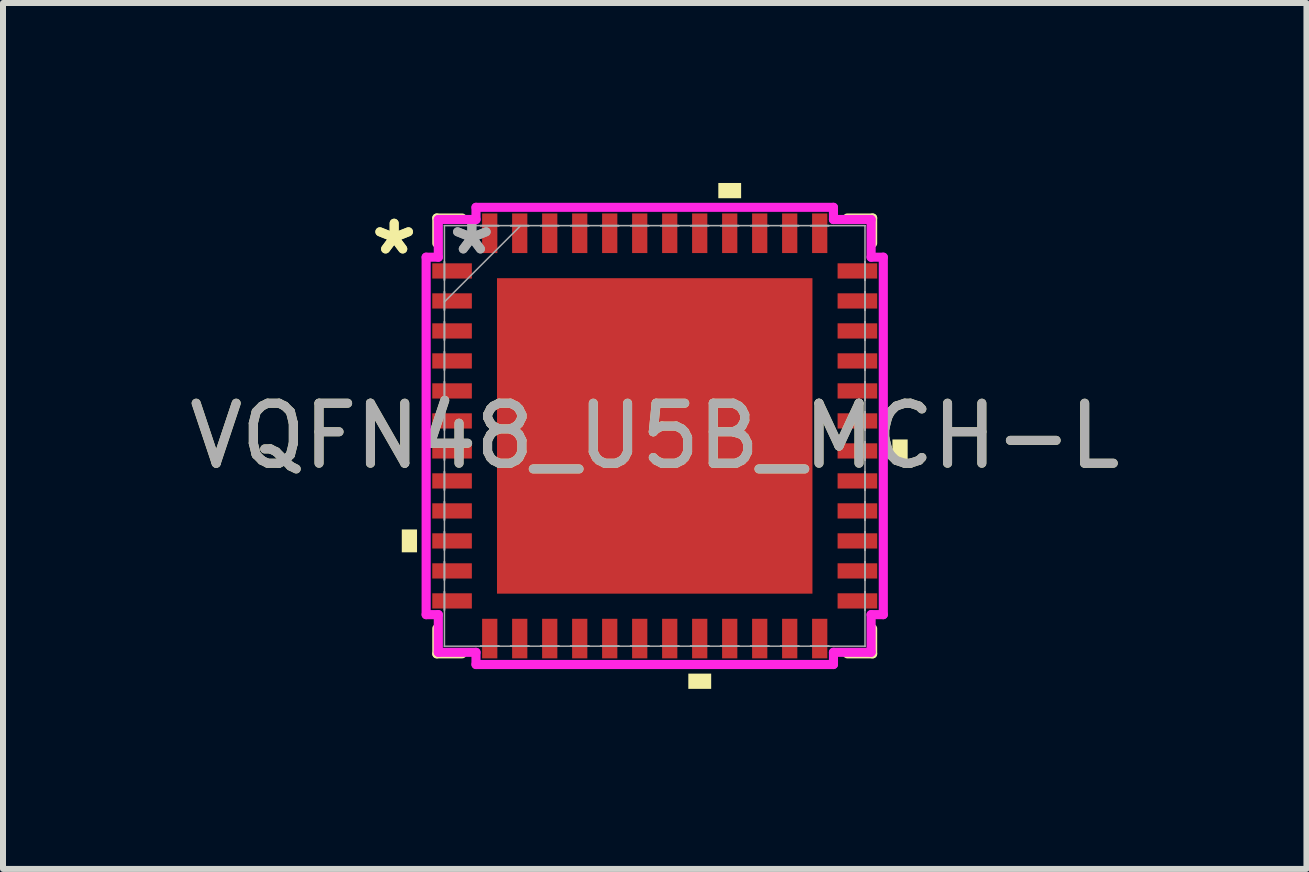
<source format=kicad_pcb>
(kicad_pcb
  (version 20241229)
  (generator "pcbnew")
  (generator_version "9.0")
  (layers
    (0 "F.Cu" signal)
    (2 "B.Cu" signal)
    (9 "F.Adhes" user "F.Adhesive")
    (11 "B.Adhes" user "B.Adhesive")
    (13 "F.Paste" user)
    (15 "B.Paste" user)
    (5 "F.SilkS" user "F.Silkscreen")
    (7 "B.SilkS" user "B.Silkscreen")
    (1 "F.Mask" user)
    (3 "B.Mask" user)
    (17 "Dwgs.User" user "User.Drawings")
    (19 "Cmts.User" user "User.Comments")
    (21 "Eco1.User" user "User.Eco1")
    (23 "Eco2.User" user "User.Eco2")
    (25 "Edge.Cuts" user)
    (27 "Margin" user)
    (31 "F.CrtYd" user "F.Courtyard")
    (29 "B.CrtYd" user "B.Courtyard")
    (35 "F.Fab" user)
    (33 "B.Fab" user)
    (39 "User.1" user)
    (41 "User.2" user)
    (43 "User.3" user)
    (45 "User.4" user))
  (footprint "VQFN48_U5B_MCH-L"
    (layer "F.Cu")
    (at 7.863 4.216)
    (property "Reference" "VQFN48_U5B_MCH-L" (at 0 0 0) (unlocked yes) (layer "F.SilkS") (effects (font (size 1 1) (thickness 0.15))))
    (attr smd)
    (fp_line (start -3.632 -3.632) (end -3.632 -3.21) (stroke (width 0.152) (type solid)) (layer "F.SilkS"))
    (fp_line (start -3.632 3.21) (end -3.632 3.632) (stroke (width 0.152) (type solid)) (layer "F.SilkS"))
    (fp_line (start -3.632 3.632) (end -3.21 3.632) (stroke (width 0.152) (type solid)) (layer "F.SilkS"))
    (fp_line (start -3.21 -3.632) (end -3.632 -3.632) (stroke (width 0.152) (type solid)) (layer "F.SilkS"))
    (fp_line (start 3.21 3.632) (end 3.632 3.632) (stroke (width 0.152) (type solid)) (layer "F.SilkS"))
    (fp_line (start 3.632 -3.632) (end 3.21 -3.632) (stroke (width 0.152) (type solid)) (layer "F.SilkS"))
    (fp_line (start 3.632 -3.21) (end 3.632 -3.632) (stroke (width 0.152) (type solid)) (layer "F.SilkS"))
    (fp_line (start 3.632 3.632) (end 3.632 3.21) (stroke (width 0.152) (type solid)) (layer "F.SilkS"))
    (fp_poly (pts (xy -4.216 1.559) (xy -4.216 1.94) (xy -3.962 1.94) (xy -3.962 1.559)) (stroke (width 0) (type solid)) (fill yes) (layer "F.SilkS"))
    (fp_poly (pts (xy 0.56 3.962) (xy 0.56 4.216) (xy 0.941 4.216) (xy 0.941 3.962)) (stroke (width 0) (type solid)) (fill yes) (layer "F.SilkS"))
    (fp_poly (pts (xy 1.06 -3.962) (xy 1.06 -4.216) (xy 1.44 -4.216) (xy 1.44 -3.962)) (stroke (width 0) (type solid)) (fill yes) (layer "F.SilkS"))
    (fp_poly (pts (xy 4.216 0.059) (xy 4.216 0.441) (xy 3.962 0.441) (xy 3.962 0.059)) (stroke (width 0) (type solid)) (fill yes) (layer "F.SilkS"))
    (fp_poly (pts (xy -2.529 -2.529) (xy -2.529 -1.414) (xy -1.414 -1.414) (xy -1.414 -2.529)) (stroke (width 0) (type solid)) (fill yes) (layer "F.Paste"))
    (fp_poly (pts (xy -2.529 -1.214) (xy -2.529 -0.1) (xy -1.414 -0.1) (xy -1.414 -1.214)) (stroke (width 0) (type solid)) (fill yes) (layer "F.Paste"))
    (fp_poly (pts (xy -2.529 0.1) (xy -2.529 1.214) (xy -1.414 1.214) (xy -1.414 0.1)) (stroke (width 0) (type solid)) (fill yes) (layer "F.Paste"))
    (fp_poly (pts (xy -2.529 1.414) (xy -2.529 2.529) (xy -1.414 2.529) (xy -1.414 1.414)) (stroke (width 0) (type solid)) (fill yes) (layer "F.Paste"))
    (fp_poly (pts (xy -1.214 -2.529) (xy -1.214 -1.414) (xy -0.1 -1.414) (xy -0.1 -2.529)) (stroke (width 0) (type solid)) (fill yes) (layer "F.Paste"))
    (fp_poly (pts (xy -1.214 -1.214) (xy -1.214 -0.1) (xy -0.1 -0.1) (xy -0.1 -1.214)) (stroke (width 0) (type solid)) (fill yes) (layer "F.Paste"))
    (fp_poly (pts (xy -1.214 0.1) (xy -1.214 1.214) (xy -0.1 1.214) (xy -0.1 0.1)) (stroke (width 0) (type solid)) (fill yes) (layer "F.Paste"))
    (fp_poly (pts (xy -1.214 1.414) (xy -1.214 2.529) (xy -0.1 2.529) (xy -0.1 1.414)) (stroke (width 0) (type solid)) (fill yes) (layer "F.Paste"))
    (fp_poly (pts (xy 0.1 -2.529) (xy 0.1 -1.414) (xy 1.214 -1.414) (xy 1.214 -2.529)) (stroke (width 0) (type solid)) (fill yes) (layer "F.Paste"))
    (fp_poly (pts (xy 0.1 -1.214) (xy 0.1 -0.1) (xy 1.214 -0.1) (xy 1.214 -1.214)) (stroke (width 0) (type solid)) (fill yes) (layer "F.Paste"))
    (fp_poly (pts (xy 0.1 0.1) (xy 0.1 1.214) (xy 1.214 1.214) (xy 1.214 0.1)) (stroke (width 0) (type solid)) (fill yes) (layer "F.Paste"))
    (fp_poly (pts (xy 0.1 1.414) (xy 0.1 2.529) (xy 1.214 2.529) (xy 1.214 1.414)) (stroke (width 0) (type solid)) (fill yes) (layer "F.Paste"))
    (fp_poly (pts (xy 1.414 -2.529) (xy 1.414 -1.414) (xy 2.529 -1.414) (xy 2.529 -2.529)) (stroke (width 0) (type solid)) (fill yes) (layer "F.Paste"))
    (fp_poly (pts (xy 1.414 -1.214) (xy 1.414 -0.1) (xy 2.529 -0.1) (xy 2.529 -1.214)) (stroke (width 0) (type solid)) (fill yes) (layer "F.Paste"))
    (fp_poly (pts (xy 1.414 0.1) (xy 1.414 1.214) (xy 2.529 1.214) (xy 2.529 0.1)) (stroke (width 0) (type solid)) (fill yes) (layer "F.Paste"))
    (fp_poly (pts (xy 1.414 1.414) (xy 1.414 2.529) (xy 2.529 2.529) (xy 2.529 1.414)) (stroke (width 0) (type solid)) (fill yes) (layer "F.Paste"))
    (fp_line (start -3.81 -2.979) (end -3.607 -2.979) (stroke (width 0.152) (type solid)) (layer "F.CrtYd"))
    (fp_line (start -3.81 2.979) (end -3.81 -2.979) (stroke (width 0.152) (type solid)) (layer "F.CrtYd"))
    (fp_line (start -3.607 -3.607) (end -2.979 -3.607) (stroke (width 0.152) (type solid)) (layer "F.CrtYd"))
    (fp_line (start -3.607 -2.979) (end -3.607 -3.607) (stroke (width 0.152) (type solid)) (layer "F.CrtYd"))
    (fp_line (start -3.607 2.979) (end -3.81 2.979) (stroke (width 0.152) (type solid)) (layer "F.CrtYd"))
    (fp_line (start -3.607 3.607) (end -3.607 2.979) (stroke (width 0.152) (type solid)) (layer "F.CrtYd"))
    (fp_line (start -2.979 -3.81) (end 2.979 -3.81) (stroke (width 0.152) (type solid)) (layer "F.CrtYd"))
    (fp_line (start -2.979 -3.607) (end -2.979 -3.81) (stroke (width 0.152) (type solid)) (layer "F.CrtYd"))
    (fp_line (start -2.979 3.607) (end -3.607 3.607) (stroke (width 0.152) (type solid)) (layer "F.CrtYd"))
    (fp_line (start -2.979 3.81) (end -2.979 3.607) (stroke (width 0.152) (type solid)) (layer "F.CrtYd"))
    (fp_line (start 2.979 -3.81) (end 2.979 -3.607) (stroke (width 0.152) (type solid)) (layer "F.CrtYd"))
    (fp_line (start 2.979 -3.607) (end 3.607 -3.607) (stroke (width 0.152) (type solid)) (layer "F.CrtYd"))
    (fp_line (start 2.979 3.607) (end 2.979 3.81) (stroke (width 0.152) (type solid)) (layer "F.CrtYd"))
    (fp_line (start 2.979 3.81) (end -2.979 3.81) (stroke (width 0.152) (type solid)) (layer "F.CrtYd"))
    (fp_line (start 3.607 -3.607) (end 3.607 -2.979) (stroke (width 0.152) (type solid)) (layer "F.CrtYd"))
    (fp_line (start 3.607 -2.979) (end 3.81 -2.979) (stroke (width 0.152) (type solid)) (layer "F.CrtYd"))
    (fp_line (start 3.607 2.979) (end 3.607 3.607) (stroke (width 0.152) (type solid)) (layer "F.CrtYd"))
    (fp_line (start 3.607 3.607) (end 2.979 3.607) (stroke (width 0.152) (type solid)) (layer "F.CrtYd"))
    (fp_line (start 3.81 -2.979) (end 3.81 2.979) (stroke (width 0.152) (type solid)) (layer "F.CrtYd"))
    (fp_line (start 3.81 2.979) (end 3.607 2.979) (stroke (width 0.152) (type solid)) (layer "F.CrtYd"))
    (fp_line (start -3.505 -3.505) (end -3.505 -3.505) (stroke (width 0.025) (type solid)) (layer "F.Fab"))
    (fp_line (start -3.505 -3.505) (end -3.505 3.505) (stroke (width 0.025) (type solid)) (layer "F.Fab"))
    (fp_line (start -3.505 -2.902) (end -3.505 -2.902) (stroke (width 0.025) (type solid)) (layer "F.Fab"))
    (fp_line (start -3.505 -2.902) (end -3.505 -2.598) (stroke (width 0.025) (type solid)) (layer "F.Fab"))
    (fp_line (start -3.505 -2.598) (end -3.505 -2.902) (stroke (width 0.025) (type solid)) (layer "F.Fab"))
    (fp_line (start -3.505 -2.598) (end -3.505 -2.598) (stroke (width 0.025) (type solid)) (layer "F.Fab"))
    (fp_line (start -3.505 -2.402) (end -3.505 -2.402) (stroke (width 0.025) (type solid)) (layer "F.Fab"))
    (fp_line (start -3.505 -2.402) (end -3.505 -2.098) (stroke (width 0.025) (type solid)) (layer "F.Fab"))
    (fp_line (start -3.505 -2.235) (end -2.235 -3.505) (stroke (width 0.025) (type solid)) (layer "F.Fab"))
    (fp_line (start -3.505 -2.098) (end -3.505 -2.402) (stroke (width 0.025) (type solid)) (layer "F.Fab"))
    (fp_line (start -3.505 -2.098) (end -3.505 -2.098) (stroke (width 0.025) (type solid)) (layer "F.Fab"))
    (fp_line (start -3.505 -1.902) (end -3.505 -1.902) (stroke (width 0.025) (type solid)) (layer "F.Fab"))
    (fp_line (start -3.505 -1.902) (end -3.505 -1.598) (stroke (width 0.025) (type solid)) (layer "F.Fab"))
    (fp_line (start -3.505 -1.598) (end -3.505 -1.902) (stroke (width 0.025) (type solid)) (layer "F.Fab"))
    (fp_line (start -3.505 -1.598) (end -3.505 -1.598) (stroke (width 0.025) (type solid)) (layer "F.Fab"))
    (fp_line (start -3.505 -1.402) (end -3.505 -1.402) (stroke (width 0.025) (type solid)) (layer "F.Fab"))
    (fp_line (start -3.505 -1.402) (end -3.505 -1.098) (stroke (width 0.025) (type solid)) (layer "F.Fab"))
    (fp_line (start -3.505 -1.098) (end -3.505 -1.402) (stroke (width 0.025) (type solid)) (layer "F.Fab"))
    (fp_line (start -3.505 -1.098) (end -3.505 -1.098) (stroke (width 0.025) (type solid)) (layer "F.Fab"))
    (fp_line (start -3.505 -0.902) (end -3.505 -0.902) (stroke (width 0.025) (type solid)) (layer "F.Fab"))
    (fp_line (start -3.505 -0.902) (end -3.505 -0.598) (stroke (width 0.025) (type solid)) (layer "F.Fab"))
    (fp_line (start -3.505 -0.598) (end -3.505 -0.902) (stroke (width 0.025) (type solid)) (layer "F.Fab"))
    (fp_line (start -3.505 -0.598) (end -3.505 -0.598) (stroke (width 0.025) (type solid)) (layer "F.Fab"))
    (fp_line (start -3.505 -0.402) (end -3.505 -0.402) (stroke (width 0.025) (type solid)) (layer "F.Fab"))
    (fp_line (start -3.505 -0.402) (end -3.505 -0.098) (stroke (width 0.025) (type solid)) (layer "F.Fab"))
    (fp_line (start -3.505 -0.098) (end -3.505 -0.402) (stroke (width 0.025) (type solid)) (layer "F.Fab"))
    (fp_line (start -3.505 -0.098) (end -3.505 -0.098) (stroke (width 0.025) (type solid)) (layer "F.Fab"))
    (fp_line (start -3.505 0.098) (end -3.505 0.098) (stroke (width 0.025) (type solid)) (layer "F.Fab"))
    (fp_line (start -3.505 0.098) (end -3.505 0.402) (stroke (width 0.025) (type solid)) (layer "F.Fab"))
    (fp_line (start -3.505 0.402) (end -3.505 0.098) (stroke (width 0.025) (type solid)) (layer "F.Fab"))
    (fp_line (start -3.505 0.402) (end -3.505 0.402) (stroke (width 0.025) (type solid)) (layer "F.Fab"))
    (fp_line (start -3.505 0.598) (end -3.505 0.598) (stroke (width 0.025) (type solid)) (layer "F.Fab"))
    (fp_line (start -3.505 0.598) (end -3.505 0.902) (stroke (width 0.025) (type solid)) (layer "F.Fab"))
    (fp_line (start -3.505 0.902) (end -3.505 0.598) (stroke (width 0.025) (type solid)) (layer "F.Fab"))
    (fp_line (start -3.505 0.902) (end -3.505 0.902) (stroke (width 0.025) (type solid)) (layer "F.Fab"))
    (fp_line (start -3.505 1.098) (end -3.505 1.098) (stroke (width 0.025) (type solid)) (layer "F.Fab"))
    (fp_line (start -3.505 1.098) (end -3.505 1.402) (stroke (width 0.025) (type solid)) (layer "F.Fab"))
    (fp_line (start -3.505 1.402) (end -3.505 1.098) (stroke (width 0.025) (type solid)) (layer "F.Fab"))
    (fp_line (start -3.505 1.402) (end -3.505 1.402) (stroke (width 0.025) (type solid)) (layer "F.Fab"))
    (fp_line (start -3.505 1.598) (end -3.505 1.598) (stroke (width 0.025) (type solid)) (layer "F.Fab"))
    (fp_line (start -3.505 1.598) (end -3.505 1.902) (stroke (width 0.025) (type solid)) (layer "F.Fab"))
    (fp_line (start -3.505 1.902) (end -3.505 1.598) (stroke (width 0.025) (type solid)) (layer "F.Fab"))
    (fp_line (start -3.505 1.902) (end -3.505 1.902) (stroke (width 0.025) (type solid)) (layer "F.Fab"))
    (fp_line (start -3.505 2.098) (end -3.505 2.098) (stroke (width 0.025) (type solid)) (layer "F.Fab"))
    (fp_line (start -3.505 2.098) (end -3.505 2.402) (stroke (width 0.025) (type solid)) (layer "F.Fab"))
    (fp_line (start -3.505 2.402) (end -3.505 2.098) (stroke (width 0.025) (type solid)) (layer "F.Fab"))
    (fp_line (start -3.505 2.402) (end -3.505 2.402) (stroke (width 0.025) (type solid)) (layer "F.Fab"))
    (fp_line (start -3.505 2.598) (end -3.505 2.598) (stroke (width 0.025) (type solid)) (layer "F.Fab"))
    (fp_line (start -3.505 2.598) (end -3.505 2.902) (stroke (width 0.025) (type solid)) (layer "F.Fab"))
    (fp_line (start -3.505 2.902) (end -3.505 2.598) (stroke (width 0.025) (type solid)) (layer "F.Fab"))
    (fp_line (start -3.505 2.902) (end -3.505 2.902) (stroke (width 0.025) (type solid)) (layer "F.Fab"))
    (fp_line (start -3.505 3.505) (end -3.505 3.505) (stroke (width 0.025) (type solid)) (layer "F.Fab"))
    (fp_line (start -3.505 3.505) (end 3.505 3.505) (stroke (width 0.025) (type solid)) (layer "F.Fab"))
    (fp_line (start -2.902 -3.505) (end -2.902 -3.505) (stroke (width 0.025) (type solid)) (layer "F.Fab"))
    (fp_line (start -2.902 -3.505) (end -2.598 -3.505) (stroke (width 0.025) (type solid)) (layer "F.Fab"))
    (fp_line (start -2.902 3.505) (end -2.902 3.505) (stroke (width 0.025) (type solid)) (layer "F.Fab"))
    (fp_line (start -2.902 3.505) (end -2.598 3.505) (stroke (width 0.025) (type solid)) (layer "F.Fab"))
    (fp_line (start -2.598 -3.505) (end -2.902 -3.505) (stroke (width 0.025) (type solid)) (layer "F.Fab"))
    (fp_line (start -2.598 -3.505) (end -2.598 -3.505) (stroke (width 0.025) (type solid)) (layer "F.Fab"))
    (fp_line (start -2.598 3.505) (end -2.902 3.505) (stroke (width 0.025) (type solid)) (layer "F.Fab"))
    (fp_line (start -2.598 3.505) (end -2.598 3.505) (stroke (width 0.025) (type solid)) (layer "F.Fab"))
    (fp_line (start -2.402 -3.505) (end -2.402 -3.505) (stroke (width 0.025) (type solid)) (layer "F.Fab"))
    (fp_line (start -2.402 -3.505) (end -2.098 -3.505) (stroke (width 0.025) (type solid)) (layer "F.Fab"))
    (fp_line (start -2.402 3.505) (end -2.402 3.505) (stroke (width 0.025) (type solid)) (layer "F.Fab"))
    (fp_line (start -2.402 3.505) (end -2.098 3.505) (stroke (width 0.025) (type solid)) (layer "F.Fab"))
    (fp_line (start -2.098 -3.505) (end -2.402 -3.505) (stroke (width 0.025) (type solid)) (layer "F.Fab"))
    (fp_line (start -2.098 -3.505) (end -2.098 -3.505) (stroke (width 0.025) (type solid)) (layer "F.Fab"))
    (fp_line (start -2.098 3.505) (end -2.402 3.505) (stroke (width 0.025) (type solid)) (layer "F.Fab"))
    (fp_line (start -2.098 3.505) (end -2.098 3.505) (stroke (width 0.025) (type solid)) (layer "F.Fab"))
    (fp_line (start -1.902 -3.505) (end -1.902 -3.505) (stroke (width 0.025) (type solid)) (layer "F.Fab"))
    (fp_line (start -1.902 -3.505) (end -1.598 -3.505) (stroke (width 0.025) (type solid)) (layer "F.Fab"))
    (fp_line (start -1.902 3.505) (end -1.902 3.505) (stroke (width 0.025) (type solid)) (layer "F.Fab"))
    (fp_line (start -1.902 3.505) (end -1.598 3.505) (stroke (width 0.025) (type solid)) (layer "F.Fab"))
    (fp_line (start -1.598 -3.505) (end -1.902 -3.505) (stroke (width 0.025) (type solid)) (layer "F.Fab"))
    (fp_line (start -1.598 -3.505) (end -1.598 -3.505) (stroke (width 0.025) (type solid)) (layer "F.Fab"))
    (fp_line (start -1.598 3.505) (end -1.902 3.505) (stroke (width 0.025) (type solid)) (layer "F.Fab"))
    (fp_line (start -1.598 3.505) (end -1.598 3.505) (stroke (width 0.025) (type solid)) (layer "F.Fab"))
    (fp_line (start -1.402 -3.505) (end -1.402 -3.505) (stroke (width 0.025) (type solid)) (layer "F.Fab"))
    (fp_line (start -1.402 -3.505) (end -1.098 -3.505) (stroke (width 0.025) (type solid)) (layer "F.Fab"))
    (fp_line (start -1.402 3.505) (end -1.402 3.505) (stroke (width 0.025) (type solid)) (layer "F.Fab"))
    (fp_line (start -1.402 3.505) (end -1.098 3.505) (stroke (width 0.025) (type solid)) (layer "F.Fab"))
    (fp_line (start -1.098 -3.505) (end -1.402 -3.505) (stroke (width 0.025) (type solid)) (layer "F.Fab"))
    (fp_line (start -1.098 -3.505) (end -1.098 -3.505) (stroke (width 0.025) (type solid)) (layer "F.Fab"))
    (fp_line (start -1.098 3.505) (end -1.402 3.505) (stroke (width 0.025) (type solid)) (layer "F.Fab"))
    (fp_line (start -1.098 3.505) (end -1.098 3.505) (stroke (width 0.025) (type solid)) (layer "F.Fab"))
    (fp_line (start -0.902 -3.505) (end -0.902 -3.505) (stroke (width 0.025) (type solid)) (layer "F.Fab"))
    (fp_line (start -0.902 -3.505) (end -0.598 -3.505) (stroke (width 0.025) (type solid)) (layer "F.Fab"))
    (fp_line (start -0.902 3.505) (end -0.902 3.505) (stroke (width 0.025) (type solid)) (layer "F.Fab"))
    (fp_line (start -0.902 3.505) (end -0.598 3.505) (stroke (width 0.025) (type solid)) (layer "F.Fab"))
    (fp_line (start -0.598 -3.505) (end -0.902 -3.505) (stroke (width 0.025) (type solid)) (layer "F.Fab"))
    (fp_line (start -0.598 -3.505) (end -0.598 -3.505) (stroke (width 0.025) (type solid)) (layer "F.Fab"))
    (fp_line (start -0.598 3.505) (end -0.902 3.505) (stroke (width 0.025) (type solid)) (layer "F.Fab"))
    (fp_line (start -0.598 3.505) (end -0.598 3.505) (stroke (width 0.025) (type solid)) (layer "F.Fab"))
    (fp_line (start -0.402 -3.505) (end -0.402 -3.505) (stroke (width 0.025) (type solid)) (layer "F.Fab"))
    (fp_line (start -0.402 -3.505) (end -0.098 -3.505) (stroke (width 0.025) (type solid)) (layer "F.Fab"))
    (fp_line (start -0.402 3.505) (end -0.402 3.505) (stroke (width 0.025) (type solid)) (layer "F.Fab"))
    (fp_line (start -0.402 3.505) (end -0.098 3.505) (stroke (width 0.025) (type solid)) (layer "F.Fab"))
    (fp_line (start -0.098 -3.505) (end -0.402 -3.505) (stroke (width 0.025) (type solid)) (layer "F.Fab"))
    (fp_line (start -0.098 -3.505) (end -0.098 -3.505) (stroke (width 0.025) (type solid)) (layer "F.Fab"))
    (fp_line (start -0.098 3.505) (end -0.402 3.505) (stroke (width 0.025) (type solid)) (layer "F.Fab"))
    (fp_line (start -0.098 3.505) (end -0.098 3.505) (stroke (width 0.025) (type solid)) (layer "F.Fab"))
    (fp_line (start 0.098 -3.505) (end 0.098 -3.505) (stroke (width 0.025) (type solid)) (layer "F.Fab"))
    (fp_line (start 0.098 -3.505) (end 0.402 -3.505) (stroke (width 0.025) (type solid)) (layer "F.Fab"))
    (fp_line (start 0.098 3.505) (end 0.098 3.505) (stroke (width 0.025) (type solid)) (layer "F.Fab"))
    (fp_line (start 0.098 3.505) (end 0.402 3.505) (stroke (width 0.025) (type solid)) (layer "F.Fab"))
    (fp_line (start 0.402 -3.505) (end 0.098 -3.505) (stroke (width 0.025) (type solid)) (layer "F.Fab"))
    (fp_line (start 0.402 -3.505) (end 0.402 -3.505) (stroke (width 0.025) (type solid)) (layer "F.Fab"))
    (fp_line (start 0.402 3.505) (end 0.098 3.505) (stroke (width 0.025) (type solid)) (layer "F.Fab"))
    (fp_line (start 0.402 3.505) (end 0.402 3.505) (stroke (width 0.025) (type solid)) (layer "F.Fab"))
    (fp_line (start 0.598 -3.505) (end 0.598 -3.505) (stroke (width 0.025) (type solid)) (layer "F.Fab"))
    (fp_line (start 0.598 -3.505) (end 0.902 -3.505) (stroke (width 0.025) (type solid)) (layer "F.Fab"))
    (fp_line (start 0.598 3.505) (end 0.598 3.505) (stroke (width 0.025) (type solid)) (layer "F.Fab"))
    (fp_line (start 0.598 3.505) (end 0.902 3.505) (stroke (width 0.025) (type solid)) (layer "F.Fab"))
    (fp_line (start 0.902 -3.505) (end 0.598 -3.505) (stroke (width 0.025) (type solid)) (layer "F.Fab"))
    (fp_line (start 0.902 -3.505) (end 0.902 -3.505) (stroke (width 0.025) (type solid)) (layer "F.Fab"))
    (fp_line (start 0.902 3.505) (end 0.598 3.505) (stroke (width 0.025) (type solid)) (layer "F.Fab"))
    (fp_line (start 0.902 3.505) (end 0.902 3.505) (stroke (width 0.025) (type solid)) (layer "F.Fab"))
    (fp_line (start 1.098 -3.505) (end 1.098 -3.505) (stroke (width 0.025) (type solid)) (layer "F.Fab"))
    (fp_line (start 1.098 -3.505) (end 1.402 -3.505) (stroke (width 0.025) (type solid)) (layer "F.Fab"))
    (fp_line (start 1.098 3.505) (end 1.098 3.505) (stroke (width 0.025) (type solid)) (layer "F.Fab"))
    (fp_line (start 1.098 3.505) (end 1.402 3.505) (stroke (width 0.025) (type solid)) (layer "F.Fab"))
    (fp_line (start 1.402 -3.505) (end 1.098 -3.505) (stroke (width 0.025) (type solid)) (layer "F.Fab"))
    (fp_line (start 1.402 -3.505) (end 1.402 -3.505) (stroke (width 0.025) (type solid)) (layer "F.Fab"))
    (fp_line (start 1.402 3.505) (end 1.098 3.505) (stroke (width 0.025) (type solid)) (layer "F.Fab"))
    (fp_line (start 1.402 3.505) (end 1.402 3.505) (stroke (width 0.025) (type solid)) (layer "F.Fab"))
    (fp_line (start 1.598 -3.505) (end 1.598 -3.505) (stroke (width 0.025) (type solid)) (layer "F.Fab"))
    (fp_line (start 1.598 -3.505) (end 1.902 -3.505) (stroke (width 0.025) (type solid)) (layer "F.Fab"))
    (fp_line (start 1.598 3.505) (end 1.598 3.505) (stroke (width 0.025) (type solid)) (layer "F.Fab"))
    (fp_line (start 1.598 3.505) (end 1.902 3.505) (stroke (width 0.025) (type solid)) (layer "F.Fab"))
    (fp_line (start 1.902 -3.505) (end 1.598 -3.505) (stroke (width 0.025) (type solid)) (layer "F.Fab"))
    (fp_line (start 1.902 -3.505) (end 1.902 -3.505) (stroke (width 0.025) (type solid)) (layer "F.Fab"))
    (fp_line (start 1.902 3.505) (end 1.598 3.505) (stroke (width 0.025) (type solid)) (layer "F.Fab"))
    (fp_line (start 1.902 3.505) (end 1.902 3.505) (stroke (width 0.025) (type solid)) (layer "F.Fab"))
    (fp_line (start 2.098 -3.505) (end 2.098 -3.505) (stroke (width 0.025) (type solid)) (layer "F.Fab"))
    (fp_line (start 2.098 -3.505) (end 2.402 -3.505) (stroke (width 0.025) (type solid)) (layer "F.Fab"))
    (fp_line (start 2.098 3.505) (end 2.098 3.505) (stroke (width 0.025) (type solid)) (layer "F.Fab"))
    (fp_line (start 2.098 3.505) (end 2.402 3.505) (stroke (width 0.025) (type solid)) (layer "F.Fab"))
    (fp_line (start 2.402 -3.505) (end 2.098 -3.505) (stroke (width 0.025) (type solid)) (layer "F.Fab"))
    (fp_line (start 2.402 -3.505) (end 2.402 -3.505) (stroke (width 0.025) (type solid)) (layer "F.Fab"))
    (fp_line (start 2.402 3.505) (end 2.098 3.505) (stroke (width 0.025) (type solid)) (layer "F.Fab"))
    (fp_line (start 2.402 3.505) (end 2.402 3.505) (stroke (width 0.025) (type solid)) (layer "F.Fab"))
    (fp_line (start 2.598 -3.505) (end 2.598 -3.505) (stroke (width 0.025) (type solid)) (layer "F.Fab"))
    (fp_line (start 2.598 -3.505) (end 2.902 -3.505) (stroke (width 0.025) (type solid)) (layer "F.Fab"))
    (fp_line (start 2.598 3.505) (end 2.598 3.505) (stroke (width 0.025) (type solid)) (layer "F.Fab"))
    (fp_line (start 2.598 3.505) (end 2.902 3.505) (stroke (width 0.025) (type solid)) (layer "F.Fab"))
    (fp_line (start 2.902 -3.505) (end 2.598 -3.505) (stroke (width 0.025) (type solid)) (layer "F.Fab"))
    (fp_line (start 2.902 -3.505) (end 2.902 -3.505) (stroke (width 0.025) (type solid)) (layer "F.Fab"))
    (fp_line (start 2.902 3.505) (end 2.598 3.505) (stroke (width 0.025) (type solid)) (layer "F.Fab"))
    (fp_line (start 2.902 3.505) (end 2.902 3.505) (stroke (width 0.025) (type solid)) (layer "F.Fab"))
    (fp_line (start 3.505 -3.505) (end -3.505 -3.505) (stroke (width 0.025) (type solid)) (layer "F.Fab"))
    (fp_line (start 3.505 -3.505) (end 3.505 -3.505) (stroke (width 0.025) (type solid)) (layer "F.Fab"))
    (fp_line (start 3.505 -2.902) (end 3.505 -2.902) (stroke (width 0.025) (type solid)) (layer "F.Fab"))
    (fp_line (start 3.505 -2.902) (end 3.505 -2.598) (stroke (width 0.025) (type solid)) (layer "F.Fab"))
    (fp_line (start 3.505 -2.598) (end 3.505 -2.902) (stroke (width 0.025) (type solid)) (layer "F.Fab"))
    (fp_line (start 3.505 -2.598) (end 3.505 -2.598) (stroke (width 0.025) (type solid)) (layer "F.Fab"))
    (fp_line (start 3.505 -2.402) (end 3.505 -2.402) (stroke (width 0.025) (type solid)) (layer "F.Fab"))
    (fp_line (start 3.505 -2.402) (end 3.505 -2.098) (stroke (width 0.025) (type solid)) (layer "F.Fab"))
    (fp_line (start 3.505 -2.098) (end 3.505 -2.402) (stroke (width 0.025) (type solid)) (layer "F.Fab"))
    (fp_line (start 3.505 -2.098) (end 3.505 -2.098) (stroke (width 0.025) (type solid)) (layer "F.Fab"))
    (fp_line (start 3.505 -1.902) (end 3.505 -1.902) (stroke (width 0.025) (type solid)) (layer "F.Fab"))
    (fp_line (start 3.505 -1.902) (end 3.505 -1.598) (stroke (width 0.025) (type solid)) (layer "F.Fab"))
    (fp_line (start 3.505 -1.598) (end 3.505 -1.902) (stroke (width 0.025) (type solid)) (layer "F.Fab"))
    (fp_line (start 3.505 -1.598) (end 3.505 -1.598) (stroke (width 0.025) (type solid)) (layer "F.Fab"))
    (fp_line (start 3.505 -1.402) (end 3.505 -1.402) (stroke (width 0.025) (type solid)) (layer "F.Fab"))
    (fp_line (start 3.505 -1.402) (end 3.505 -1.098) (stroke (width 0.025) (type solid)) (layer "F.Fab"))
    (fp_line (start 3.505 -1.098) (end 3.505 -1.402) (stroke (width 0.025) (type solid)) (layer "F.Fab"))
    (fp_line (start 3.505 -1.098) (end 3.505 -1.098) (stroke (width 0.025) (type solid)) (layer "F.Fab"))
    (fp_line (start 3.505 -0.902) (end 3.505 -0.902) (stroke (width 0.025) (type solid)) (layer "F.Fab"))
    (fp_line (start 3.505 -0.902) (end 3.505 -0.598) (stroke (width 0.025) (type solid)) (layer "F.Fab"))
    (fp_line (start 3.505 -0.598) (end 3.505 -0.902) (stroke (width 0.025) (type solid)) (layer "F.Fab"))
    (fp_line (start 3.505 -0.598) (end 3.505 -0.598) (stroke (width 0.025) (type solid)) (layer "F.Fab"))
    (fp_line (start 3.505 -0.402) (end 3.505 -0.402) (stroke (width 0.025) (type solid)) (layer "F.Fab"))
    (fp_line (start 3.505 -0.402) (end 3.505 -0.098) (stroke (width 0.025) (type solid)) (layer "F.Fab"))
    (fp_line (start 3.505 -0.098) (end 3.505 -0.402) (stroke (width 0.025) (type solid)) (layer "F.Fab"))
    (fp_line (start 3.505 -0.098) (end 3.505 -0.098) (stroke (width 0.025) (type solid)) (layer "F.Fab"))
    (fp_line (start 3.505 0.098) (end 3.505 0.098) (stroke (width 0.025) (type solid)) (layer "F.Fab"))
    (fp_line (start 3.505 0.098) (end 3.505 0.402) (stroke (width 0.025) (type solid)) (layer "F.Fab"))
    (fp_line (start 3.505 0.402) (end 3.505 0.098) (stroke (width 0.025) (type solid)) (layer "F.Fab"))
    (fp_line (start 3.505 0.402) (end 3.505 0.402) (stroke (width 0.025) (type solid)) (layer "F.Fab"))
    (fp_line (start 3.505 0.598) (end 3.505 0.598) (stroke (width 0.025) (type solid)) (layer "F.Fab"))
    (fp_line (start 3.505 0.598) (end 3.505 0.902) (stroke (width 0.025) (type solid)) (layer "F.Fab"))
    (fp_line (start 3.505 0.902) (end 3.505 0.598) (stroke (width 0.025) (type solid)) (layer "F.Fab"))
    (fp_line (start 3.505 0.902) (end 3.505 0.902) (stroke (width 0.025) (type solid)) (layer "F.Fab"))
    (fp_line (start 3.505 1.098) (end 3.505 1.098) (stroke (width 0.025) (type solid)) (layer "F.Fab"))
    (fp_line (start 3.505 1.098) (end 3.505 1.402) (stroke (width 0.025) (type solid)) (layer "F.Fab"))
    (fp_line (start 3.505 1.402) (end 3.505 1.098) (stroke (width 0.025) (type solid)) (layer "F.Fab"))
    (fp_line (start 3.505 1.402) (end 3.505 1.402) (stroke (width 0.025) (type solid)) (layer "F.Fab"))
    (fp_line (start 3.505 1.598) (end 3.505 1.598) (stroke (width 0.025) (type solid)) (layer "F.Fab"))
    (fp_line (start 3.505 1.598) (end 3.505 1.902) (stroke (width 0.025) (type solid)) (layer "F.Fab"))
    (fp_line (start 3.505 1.902) (end 3.505 1.598) (stroke (width 0.025) (type solid)) (layer "F.Fab"))
    (fp_line (start 3.505 1.902) (end 3.505 1.902) (stroke (width 0.025) (type solid)) (layer "F.Fab"))
    (fp_line (start 3.505 2.098) (end 3.505 2.098) (stroke (width 0.025) (type solid)) (layer "F.Fab"))
    (fp_line (start 3.505 2.098) (end 3.505 2.402) (stroke (width 0.025) (type solid)) (layer "F.Fab"))
    (fp_line (start 3.505 2.402) (end 3.505 2.098) (stroke (width 0.025) (type solid)) (layer "F.Fab"))
    (fp_line (start 3.505 2.402) (end 3.505 2.402) (stroke (width 0.025) (type solid)) (layer "F.Fab"))
    (fp_line (start 3.505 2.598) (end 3.505 2.598) (stroke (width 0.025) (type solid)) (layer "F.Fab"))
    (fp_line (start 3.505 2.598) (end 3.505 2.902) (stroke (width 0.025) (type solid)) (layer "F.Fab"))
    (fp_line (start 3.505 2.902) (end 3.505 2.598) (stroke (width 0.025) (type solid)) (layer "F.Fab"))
    (fp_line (start 3.505 2.902) (end 3.505 2.902) (stroke (width 0.025) (type solid)) (layer "F.Fab"))
    (fp_line (start 3.505 3.505) (end 3.505 -3.505) (stroke (width 0.025) (type solid)) (layer "F.Fab"))
    (fp_line (start 3.505 3.505) (end 3.505 3.505) (stroke (width 0.025) (type solid)) (layer "F.Fab"))
    (fp_text user "*" (at -4.343 -3 0) (layer "F.SilkS") (effects (font (size 1 1) (thickness 0.15))))
    (fp_text user "*" (at -4.343 -3 0) (unlocked yes) (layer "F.SilkS") (effects (font (size 1 1) (thickness 0.15))))
    (fp_text user "${REFERENCE}" (at 0 0 0) (unlocked yes) (layer "F.Fab") (effects (font (size 1 1) (thickness 0.15))))
    (fp_text user "*" (at -3.048 -3 0) (unlocked yes) (layer "F.Fab") (effects (font (size 1 1) (thickness 0.15))))
    (fp_text user "*" (at -3.048 -3 0) (layer "F.Fab") (effects (font (size 1 1) (thickness 0.15))))
    (pad "1" smd rect (at -3.378 -2.75 90) (size 0.254 0.66) (layers "F.Cu" "F.Mask" "F.Paste"))
    (pad "2" smd rect (at -3.378 -2.25 90) (size 0.254 0.66) (layers "F.Cu" "F.Mask" "F.Paste"))
    (pad "3" smd rect (at -3.378 -1.75 90) (size 0.254 0.66) (layers "F.Cu" "F.Mask" "F.Paste"))
    (pad "4" smd rect (at -3.378 -1.25 90) (size 0.254 0.66) (layers "F.Cu" "F.Mask" "F.Paste"))
    (pad "5" smd rect (at -3.378 -0.75 90) (size 0.254 0.66) (layers "F.Cu" "F.Mask" "F.Paste"))
    (pad "6" smd rect (at -3.378 -0.25 90) (size 0.254 0.66) (layers "F.Cu" "F.Mask" "F.Paste"))
    (pad "7" smd rect (at -3.378 0.25 90) (size 0.254 0.66) (layers "F.Cu" "F.Mask" "F.Paste"))
    (pad "8" smd rect (at -3.378 0.75 90) (size 0.254 0.66) (layers "F.Cu" "F.Mask" "F.Paste"))
    (pad "9" smd rect (at -3.378 1.25 90) (size 0.254 0.66) (layers "F.Cu" "F.Mask" "F.Paste"))
    (pad "10" smd rect (at -3.378 1.75 90) (size 0.254 0.66) (layers "F.Cu" "F.Mask" "F.Paste"))
    (pad "11" smd rect (at -3.378 2.25 90) (size 0.254 0.66) (layers "F.Cu" "F.Mask" "F.Paste"))
    (pad "12" smd rect (at -3.378 2.75 90) (size 0.254 0.66) (layers "F.Cu" "F.Mask" "F.Paste"))
    (pad "13" smd rect (at -2.75 3.378) (size 0.254 0.66) (layers "F.Cu" "F.Mask" "F.Paste"))
    (pad "14" smd rect (at -2.25 3.378) (size 0.254 0.66) (layers "F.Cu" "F.Mask" "F.Paste"))
    (pad "15" smd rect (at -1.75 3.378) (size 0.254 0.66) (layers "F.Cu" "F.Mask" "F.Paste"))
    (pad "16" smd rect (at -1.25 3.378) (size 0.254 0.66) (layers "F.Cu" "F.Mask" "F.Paste"))
    (pad "17" smd rect (at -0.75 3.378) (size 0.254 0.66) (layers "F.Cu" "F.Mask" "F.Paste"))
    (pad "18" smd rect (at -0.25 3.378) (size 0.254 0.66) (layers "F.Cu" "F.Mask" "F.Paste"))
    (pad "19" smd rect (at 0.25 3.378) (size 0.254 0.66) (layers "F.Cu" "F.Mask" "F.Paste"))
    (pad "20" smd rect (at 0.75 3.378) (size 0.254 0.66) (layers "F.Cu" "F.Mask" "F.Paste"))
    (pad "21" smd rect (at 1.25 3.378) (size 0.254 0.66) (layers "F.Cu" "F.Mask" "F.Paste"))
    (pad "22" smd rect (at 1.75 3.378) (size 0.254 0.66) (layers "F.Cu" "F.Mask" "F.Paste"))
    (pad "23" smd rect (at 2.25 3.378) (size 0.254 0.66) (layers "F.Cu" "F.Mask" "F.Paste"))
    (pad "24" smd rect (at 2.75 3.378) (size 0.254 0.66) (layers "F.Cu" "F.Mask" "F.Paste"))
    (pad "25" smd rect (at 3.378 2.75 90) (size 0.254 0.66) (layers "F.Cu" "F.Mask" "F.Paste"))
    (pad "26" smd rect (at 3.378 2.25 90) (size 0.254 0.66) (layers "F.Cu" "F.Mask" "F.Paste"))
    (pad "27" smd rect (at 3.378 1.75 90) (size 0.254 0.66) (layers "F.Cu" "F.Mask" "F.Paste"))
    (pad "28" smd rect (at 3.378 1.25 90) (size 0.254 0.66) (layers "F.Cu" "F.Mask" "F.Paste"))
    (pad "29" smd rect (at 3.378 0.75 90) (size 0.254 0.66) (layers "F.Cu" "F.Mask" "F.Paste"))
    (pad "30" smd rect (at 3.378 0.25 90) (size 0.254 0.66) (layers "F.Cu" "F.Mask" "F.Paste"))
    (pad "31" smd rect (at 3.378 -0.25 90) (size 0.254 0.66) (layers "F.Cu" "F.Mask" "F.Paste"))
    (pad "32" smd rect (at 3.378 -0.75 90) (size 0.254 0.66) (layers "F.Cu" "F.Mask" "F.Paste"))
    (pad "33" smd rect (at 3.378 -1.25 90) (size 0.254 0.66) (layers "F.Cu" "F.Mask" "F.Paste"))
    (pad "34" smd rect (at 3.378 -1.75 90) (size 0.254 0.66) (layers "F.Cu" "F.Mask" "F.Paste"))
    (pad "35" smd rect (at 3.378 -2.25 90) (size 0.254 0.66) (layers "F.Cu" "F.Mask" "F.Paste"))
    (pad "36" smd rect (at 3.378 -2.75 90) (size 0.254 0.66) (layers "F.Cu" "F.Mask" "F.Paste"))
    (pad "37" smd rect (at 2.75 -3.378) (size 0.254 0.66) (layers "F.Cu" "F.Mask" "F.Paste"))
    (pad "38" smd rect (at 2.25 -3.378) (size 0.254 0.66) (layers "F.Cu" "F.Mask" "F.Paste"))
    (pad "39" smd rect (at 1.75 -3.378) (size 0.254 0.66) (layers "F.Cu" "F.Mask" "F.Paste"))
    (pad "40" smd rect (at 1.25 -3.378) (size 0.254 0.66) (layers "F.Cu" "F.Mask" "F.Paste"))
    (pad "41" smd rect (at 0.75 -3.378) (size 0.254 0.66) (layers "F.Cu" "F.Mask" "F.Paste"))
    (pad "42" smd rect (at 0.25 -3.378) (size 0.254 0.66) (layers "F.Cu" "F.Mask" "F.Paste"))
    (pad "43" smd rect (at -0.25 -3.378) (size 0.254 0.66) (layers "F.Cu" "F.Mask" "F.Paste"))
    (pad "44" smd rect (at -0.75 -3.378) (size 0.254 0.66) (layers "F.Cu" "F.Mask" "F.Paste"))
    (pad "45" smd rect (at -1.25 -3.378) (size 0.254 0.66) (layers "F.Cu" "F.Mask" "F.Paste"))
    (pad "46" smd rect (at -1.75 -3.378) (size 0.254 0.66) (layers "F.Cu" "F.Mask" "F.Paste"))
    (pad "47" smd rect (at -2.25 -3.378) (size 0.254 0.66) (layers "F.Cu" "F.Mask" "F.Paste"))
    (pad "48" smd rect (at -2.75 -3.378) (size 0.254 0.66) (layers "F.Cu" "F.Mask" "F.Paste"))
    (pad "49" smd rect (at 0 0) (size 5.258 5.258) (layers "F.Cu" "F.Mask" "F.Paste")))
  (gr_rect
    (start -3 -3)
    (end 18.726 11.433)
    (stroke (width 0.1) (type default))
    (fill no)
    (layer "Edge.Cuts")))
</source>
